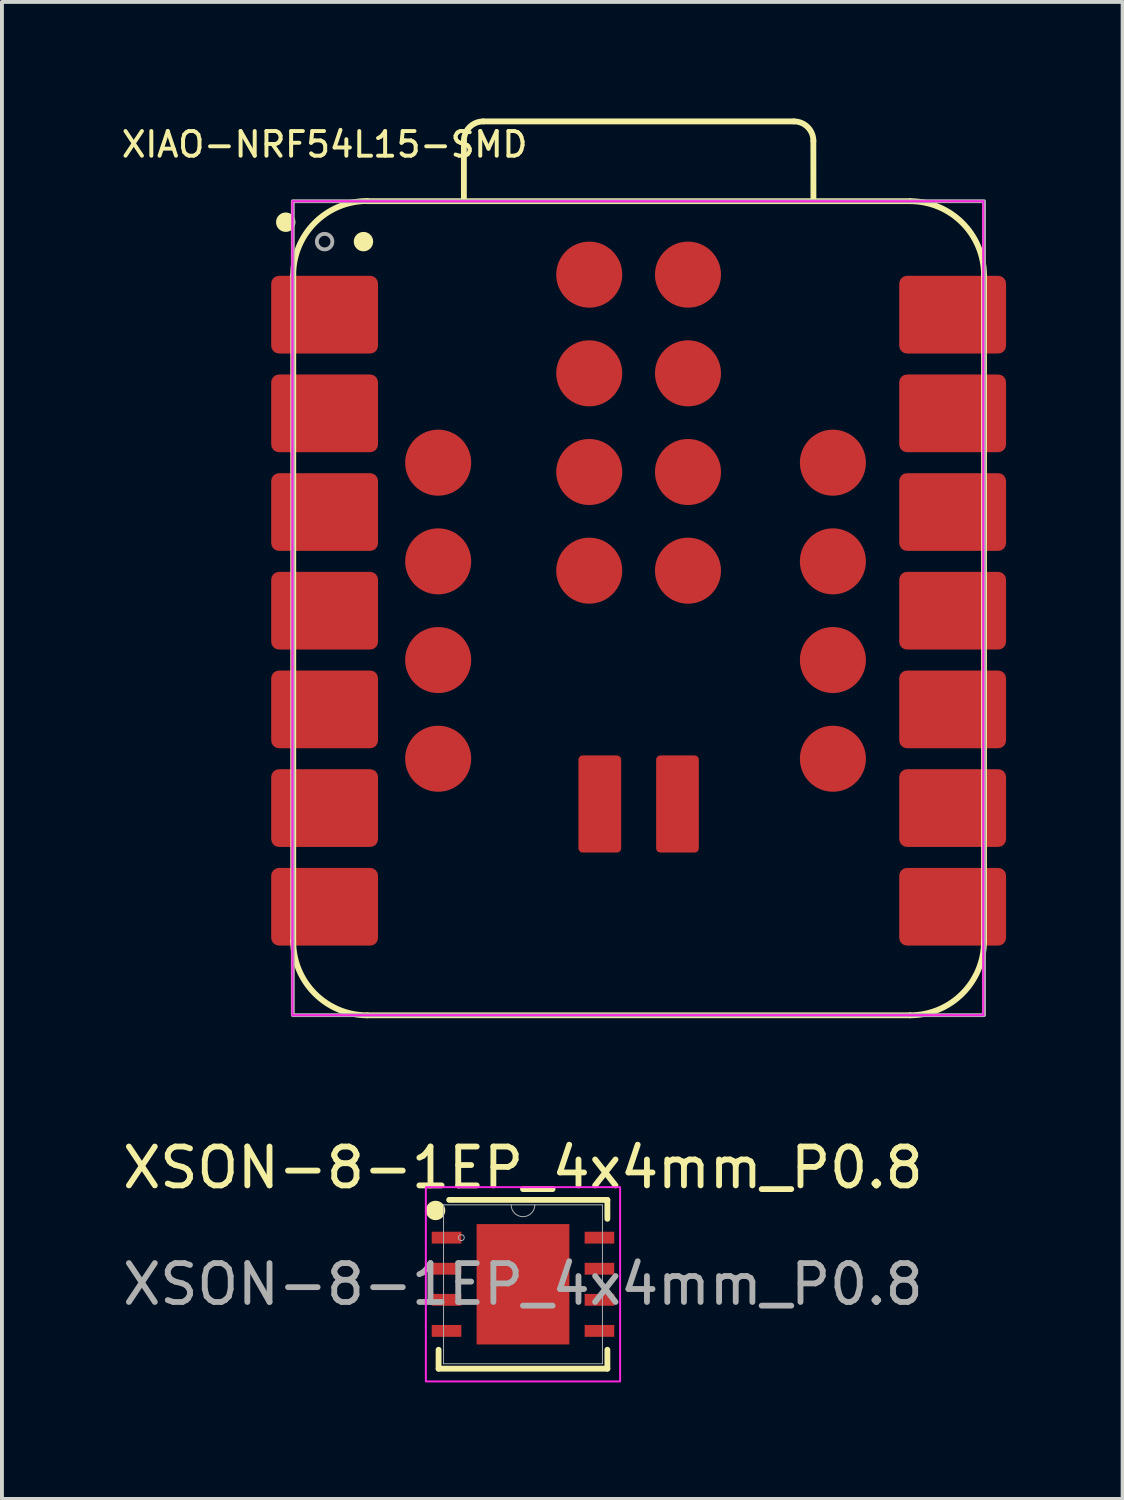
<source format=kicad_pcb>
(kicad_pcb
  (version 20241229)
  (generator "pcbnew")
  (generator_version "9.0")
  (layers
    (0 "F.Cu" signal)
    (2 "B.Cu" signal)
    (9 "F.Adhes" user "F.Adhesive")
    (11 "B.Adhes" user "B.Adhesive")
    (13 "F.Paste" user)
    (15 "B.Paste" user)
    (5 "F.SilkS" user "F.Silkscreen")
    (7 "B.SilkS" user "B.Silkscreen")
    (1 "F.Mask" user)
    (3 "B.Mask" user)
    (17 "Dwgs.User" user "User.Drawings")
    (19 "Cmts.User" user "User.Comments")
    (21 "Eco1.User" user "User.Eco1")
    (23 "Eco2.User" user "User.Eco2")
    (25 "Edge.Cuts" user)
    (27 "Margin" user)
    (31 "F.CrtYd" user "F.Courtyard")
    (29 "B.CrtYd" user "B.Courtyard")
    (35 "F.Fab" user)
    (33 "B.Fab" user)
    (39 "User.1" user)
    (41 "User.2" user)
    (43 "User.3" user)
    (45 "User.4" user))
  (footprint "XIAO-NRF54L15-SMD"
    (layer "F.Cu")
    (at 13.305 12.669)
    (property "Reference" "XIAO-NRF54L15-SMD" (at -8 -12 0) (unlocked yes) (layer "F.SilkS") (effects (font (size 0.635 0.635) (thickness 0.102))))
    (attr smd)
    (fp_line (start -8.807 8.509) (end -8.807 -8.636) (stroke (width 0.15) (type solid)) (layer "F.SilkS"))
    (fp_line (start -6.902 10.414) (end 7.067 10.414) (stroke (width 0.15) (type solid)) (layer "F.SilkS"))
    (fp_line (start -4.415 -10.553) (end -4.415 -12.094) (stroke (width 0.15) (type solid)) (layer "F.SilkS"))
    (fp_line (start -3.915 -12.594) (end 4.08 -12.594) (stroke (width 0.15) (type solid)) (layer "F.SilkS"))
    (fp_line (start 4.58 -12.094) (end 4.582 -10.55) (stroke (width 0.15) (type solid)) (layer "F.SilkS"))
    (fp_line (start 7.067 -10.541) (end -6.902 -10.541) (stroke (width 0.15) (type solid)) (layer "F.SilkS"))
    (fp_line (start 8.973 8.509) (end 8.973 -8.636) (stroke (width 0.15) (type solid)) (layer "F.SilkS"))
    (fp_arc (start -8.8075 -8.64) (mid -8.249538 -9.987038) (end -6.9025 -10.545) (stroke (width 0.15) (type solid)) (layer "F.SilkS"))
    (fp_arc (start -6.9025 10.414) (mid -8.249538 9.856038) (end -8.8075 8.509) (stroke (width 0.15) (type solid)) (layer "F.SilkS"))
    (fp_arc (start -4.414784 -12.094284) (mid -4.268207 -12.447619) (end -3.914784 -12.594012) (stroke (width 0.15) (type default)) (layer "F.SilkS"))
    (fp_arc (start 4.080488 -12.594012) (mid 4.434053 -12.44757) (end 4.580488 -12.094012) (stroke (width 0.15) (type default)) (layer "F.SilkS"))
    (fp_arc (start 7.0675 -10.541) (mid 8.414538 -9.983038) (end 8.9725 -8.636) (stroke (width 0.15) (type solid)) (layer "F.SilkS"))
    (fp_arc (start 8.9725 8.509) (mid 8.414538 9.856038) (end 7.0675 10.414) (stroke (width 0.15) (type solid)) (layer "F.SilkS"))
    (fp_circle (center -9 -10) (end -8.8 -10) (stroke (width 0.1) (type solid)) (fill yes) (layer "F.SilkS"))
    (fp_circle (center -7 -9.5) (end -6.8 -9.5) (stroke (width 0.1) (type solid)) (fill yes) (layer "F.SilkS"))
    (fp_rect (start -8.828 -10.54) (end 8.953 10.41) (stroke (width 0.05) (type default)) (fill no) (layer "F.CrtYd"))
    (fp_rect (start -8.818 -10.54) (end 8.973 10.41) (stroke (width 0.1) (type default)) (fill no) (layer "F.Fab"))
    (fp_circle (center -8 -9.5) (end -7.8 -9.5) (stroke (width 0.1) (type solid)) (fill no) (layer "F.Fab"))
    (pad "1" smd roundrect (at -8 -7.62 180) (size 2.75 2) (layers "F.Cu" "F.Mask" "F.Paste") (roundrect_rratio 0.1))
    (pad "2" smd roundrect (at -8 -5.08 180) (size 2.75 2) (layers "F.Cu" "F.Mask" "F.Paste") (roundrect_rratio 0.1))
    (pad "3" smd roundrect (at -8 -2.54 180) (size 2.75 2) (layers "F.Cu" "F.Mask" "F.Paste") (roundrect_rratio 0.1))
    (pad "4" smd roundrect (at -8 0 180) (size 2.75 2) (layers "F.Cu" "F.Mask" "F.Paste") (roundrect_rratio 0.1))
    (pad "5" smd roundrect (at -8 2.54 180) (size 2.75 2) (layers "F.Cu" "F.Mask" "F.Paste") (roundrect_rratio 0.1))
    (pad "6" smd roundrect (at -8 5.08 180) (size 2.75 2) (layers "F.Cu" "F.Mask" "F.Paste") (roundrect_rratio 0.1))
    (pad "7" smd roundrect (at -8 7.62 180) (size 2.75 2) (layers "F.Cu" "F.Mask" "F.Paste") (roundrect_rratio 0.1))
    (pad "8" smd roundrect (at 8.165 7.62) (size 2.75 2) (layers "F.Cu" "F.Mask" "F.Paste") (roundrect_rratio 0.1))
    (pad "9" smd roundrect (at 8.165 5.08) (size 2.75 2) (layers "F.Cu" "F.Mask" "F.Paste") (roundrect_rratio 0.1))
    (pad "10" smd roundrect (at 8.165 2.54) (size 2.75 2) (layers "F.Cu" "F.Mask" "F.Paste") (roundrect_rratio 0.1))
    (pad "11" smd roundrect (at 8.165 0) (size 2.75 2) (layers "F.Cu" "F.Mask" "F.Paste") (roundrect_rratio 0.1))
    (pad "12" smd roundrect (at 8.165 -2.54) (size 2.75 2) (layers "F.Cu" "F.Mask" "F.Paste") (roundrect_rratio 0.1))
    (pad "13" smd roundrect (at 8.165 -5.08) (size 2.75 2) (layers "F.Cu" "F.Mask" "F.Paste") (roundrect_rratio 0.1))
    (pad "14" smd roundrect (at 8.165 -7.62) (size 2.75 2) (layers "F.Cu" "F.Mask" "F.Paste") (roundrect_rratio 0.1))
    (pad "15" smd circle (at 5.083 -3.81 180) (size 1.7 1.7) (layers "F.Cu" "F.Mask" "F.Paste"))
    (pad "16" smd circle (at 5.083 -1.27 180) (size 1.7 1.7) (layers "F.Cu" "F.Mask" "F.Paste"))
    (pad "17" smd circle (at 5.083 1.27 180) (size 1.7 1.7) (layers "F.Cu" "F.Mask" "F.Paste"))
    (pad "18" smd circle (at 5.083 3.81 180) (size 1.7 1.7) (layers "F.Cu" "F.Mask" "F.Paste"))
    (pad "19" smd circle (at -5.077 3.81 180) (size 1.7 1.7) (layers "F.Cu" "F.Mask" "F.Paste"))
    (pad "20" smd circle (at -5.077 1.27 180) (size 1.7 1.7) (layers "F.Cu" "F.Mask" "F.Paste"))
    (pad "21" smd circle (at -5.077 -1.27 180) (size 1.7 1.7) (layers "F.Cu" "F.Mask" "F.Paste"))
    (pad "22" smd circle (at -5.077 -3.81 180) (size 1.7 1.7) (layers "F.Cu" "F.Mask" "F.Paste"))
    (pad "23" smd circle (at -1.188 -8.65 180) (size 1.7 1.7) (layers "F.Cu" "F.Mask" "F.Paste"))
    (pad "24" smd circle (at -1.188 -6.11 180) (size 1.7 1.7) (layers "F.Cu" "F.Mask" "F.Paste"))
    (pad "25" smd circle (at -1.188 -3.57 180) (size 1.7 1.7) (layers "F.Cu" "F.Mask" "F.Paste"))
    (pad "26" smd circle (at -1.188 -1.03 180) (size 1.7 1.7) (layers "F.Cu" "F.Mask" "F.Paste"))
    (pad "27" smd circle (at 1.353 -1.03 180) (size 1.7 1.7) (layers "F.Cu" "F.Mask" "F.Paste"))
    (pad "28" smd circle (at 1.353 -3.57 180) (size 1.7 1.7) (layers "F.Cu" "F.Mask" "F.Paste"))
    (pad "29" smd circle (at 1.353 -6.11 180) (size 1.7 1.7) (layers "F.Cu" "F.Mask" "F.Paste"))
    (pad "30" smd circle (at 1.353 -8.65 180) (size 1.7 1.7) (layers "F.Cu" "F.Mask" "F.Paste"))
    (pad "31" smd roundrect (at -0.917 4.975 270) (size 2.5 1.1) (layers "F.Cu" "F.Mask" "F.Paste") (roundrect_rratio 0.1))
    (pad "32" smd roundrect (at 1.083 4.975 270) (size 2.5 1.1) (layers "F.Cu" "F.Mask" "F.Paste") (roundrect_rratio 0.1)))
  (footprint "XSON-8-1EP_4x4mm_P0.8"
    (layer "F.Cu")
    (at 10.411 30.006)
    (property "Reference" "XSON-8-1EP_4x4mm_P0.8" (at 0 -3 0) (unlocked yes) (layer "F.SilkS") (effects (font (size 1 1) (thickness 0.15))))
    (attr smd)
    (fp_line (start -2.172 1.685) (end -2.172 2.172) (stroke (width 0.15) (type solid)) (layer "F.SilkS"))
    (fp_line (start -2.172 2.172) (end 2.172 2.172) (stroke (width 0.15) (type solid)) (layer "F.SilkS"))
    (fp_line (start 2.172 -2.172) (end -1.9 -2.172) (stroke (width 0.15) (type solid)) (layer "F.SilkS"))
    (fp_line (start 2.172 -1.685) (end 2.172 -2.172) (stroke (width 0.15) (type solid)) (layer "F.SilkS"))
    (fp_line (start 2.172 2.172) (end 2.172 1.685) (stroke (width 0.15) (type solid)) (layer "F.SilkS"))
    (fp_circle (center -2.25 -1.9) (end -2.05 -1.9) (stroke (width 0.1) (type solid)) (fill yes) (layer "F.SilkS"))
    (fp_poly (pts (xy -1.094 -1.449) (xy -1.094 -0.1) (xy 1.094 -0.1) (xy 1.094 -1.449)) (stroke (width 0) (type solid)) (fill yes) (layer "F.Paste"))
    (fp_poly (pts (xy -1.094 0.1) (xy -1.094 1.449) (xy 1.094 1.449) (xy 1.094 0.1)) (stroke (width 0) (type solid)) (fill yes) (layer "F.Paste"))
    (fp_rect (start -2.5 -2.5) (end 2.5 2.5) (stroke (width 0.05) (type default)) (fill no) (layer "F.CrtYd"))
    (fp_line (start -2.045 -2.045) (end -2.045 2.045) (stroke (width 0.025) (type solid)) (layer "F.Fab"))
    (fp_line (start -2.045 2.045) (end 2.045 2.045) (stroke (width 0.025) (type solid)) (layer "F.Fab"))
    (fp_line (start 2.045 -2.045) (end -2.045 -2.045) (stroke (width 0.025) (type solid)) (layer "F.Fab"))
    (fp_line (start 2.045 2.045) (end 2.045 -2.045) (stroke (width 0.025) (type solid)) (layer "F.Fab"))
    (fp_arc (start 0.3048 -2.0447) (mid 0 -1.7399) (end -0.3048 -2.0447) (stroke (width 0.0254) (type solid)) (layer "F.Fab"))
    (fp_circle (center -1.587 -1.2) (end -1.511 -1.2) (stroke (width 0.025) (type solid)) (fill no) (layer "F.Fab"))
    (fp_text user "${REFERENCE}" (at 0 0 0) (unlocked yes) (layer "F.Fab") (effects (font (size 1 1) (thickness 0.15))))
    (pad "1" smd rect (at -1.968 -1.2) (size 0.762 0.305) (layers "F.Cu" "F.Mask" "F.Paste"))
    (pad "2" smd rect (at -1.968 -0.4) (size 0.762 0.305) (layers "F.Cu" "F.Mask" "F.Paste"))
    (pad "3" smd rect (at -1.968 0.4) (size 0.762 0.305) (layers "F.Cu" "F.Mask" "F.Paste"))
    (pad "4" smd rect (at -1.968 1.2) (size 0.762 0.305) (layers "F.Cu" "F.Mask" "F.Paste"))
    (pad "5" smd rect (at 1.968 1.2) (size 0.762 0.305) (layers "F.Cu" "F.Mask" "F.Paste"))
    (pad "6" smd rect (at 1.968 0.4) (size 0.762 0.305) (layers "F.Cu" "F.Mask" "F.Paste"))
    (pad "7" smd rect (at 1.968 -0.4) (size 0.762 0.305) (layers "F.Cu" "F.Mask" "F.Paste"))
    (pad "8" smd rect (at 1.968 -1.2) (size 0.762 0.305) (layers "F.Cu" "F.Mask" "F.Paste"))
    (pad "9" smd rect (at 0 0) (size 2.388 3.099) (layers "F.Cu" "F.Mask" "F.Paste")))
  (gr_rect
    (start -3 -3)
    (end 25.845 35.531)
    (stroke (width 0.1) (type default))
    (fill no)
    (layer "Edge.Cuts")))
</source>
